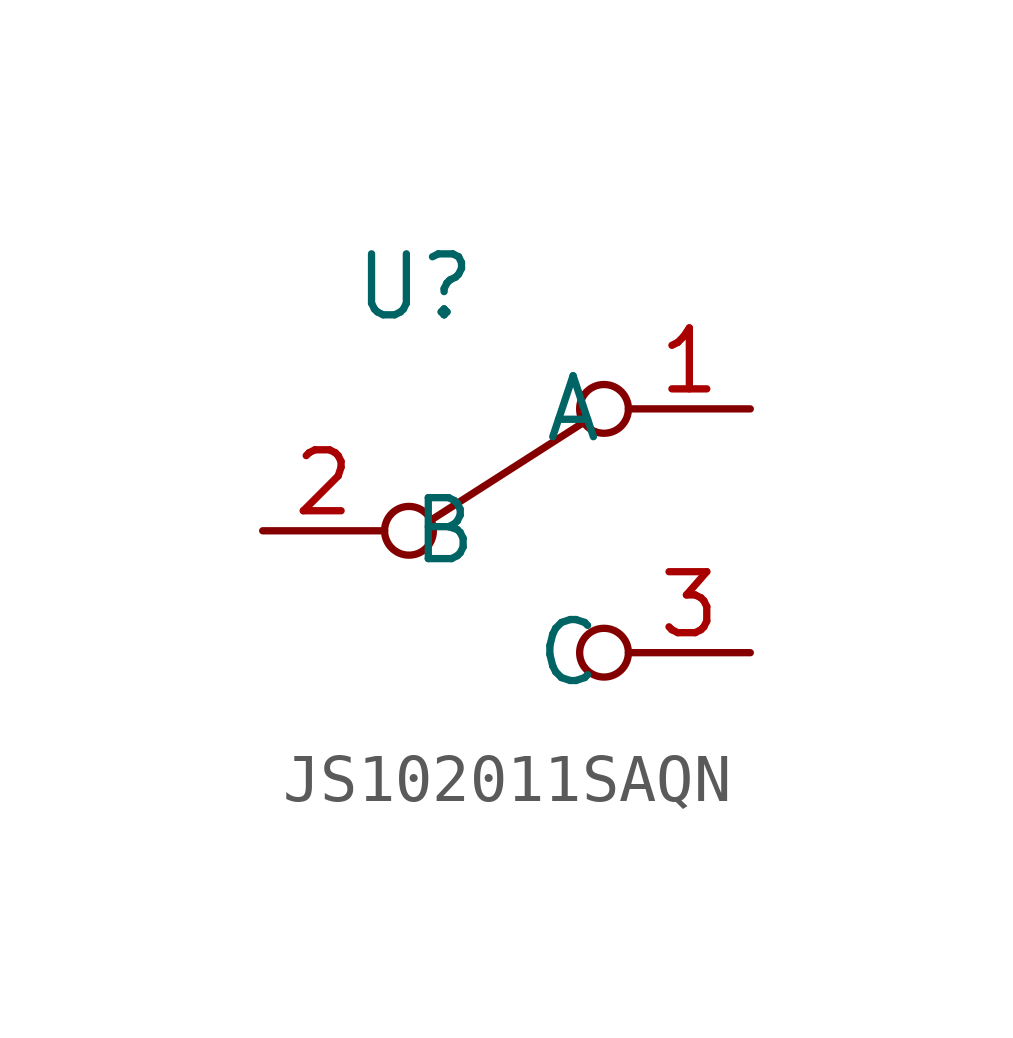
<source format=kicad_sym>
(kicad_symbol_lib
  (version 20220914)
  (generator kicad_symbol_editor)
  (symbol "JS102011SAQN"
    (property "Reference" "U"
      (at 0 0 0)
      (effects (font (size 1.27 1.27))))
    (property "Value" ""
      (at 0 0 0)
      (effects (font (size 1.27 1.27))))
    (symbol "JS102011SAQN_0_0"
      (circle (center -0.127 -5.08) (radius 0.508) (stroke (width 0) (type default)) (fill (type none)))
      (circle (center 3.937 -7.62) (radius 0.508) (stroke (width 0) (type default)) (fill (type none))))
    (symbol "JS102011SAQN_0_1"
      (polyline (pts (xy 0.381 -4.826) (xy 3.556 -2.794)) (stroke (width 0) (type default)) (fill (type none)))
      (circle (center 3.937 -2.54) (radius 0.508) (stroke (width 0) (type default)) (fill (type none))))
    (symbol "JS102011SAQN_1_1"
      (pin passive line (at 6.985 -2.54 180) (length 2.54) (name "A" (effects (font (size 1.27 1.27)))) (number "1" (effects (font (size 1.27 1.27)))))
      (pin passive line (at -3.175 -5.08 0) (length 2.54) (name "B" (effects (font (size 1.27 1.27)))) (number "2" (effects (font (size 1.27 1.27)))))
      (pin passive line (at 6.985 -7.62 180) (length 2.54) (name "C" (effects (font (size 1.27 1.27)))) (number "3" (effects (font (size 1.27 1.27))))))))
</source>
